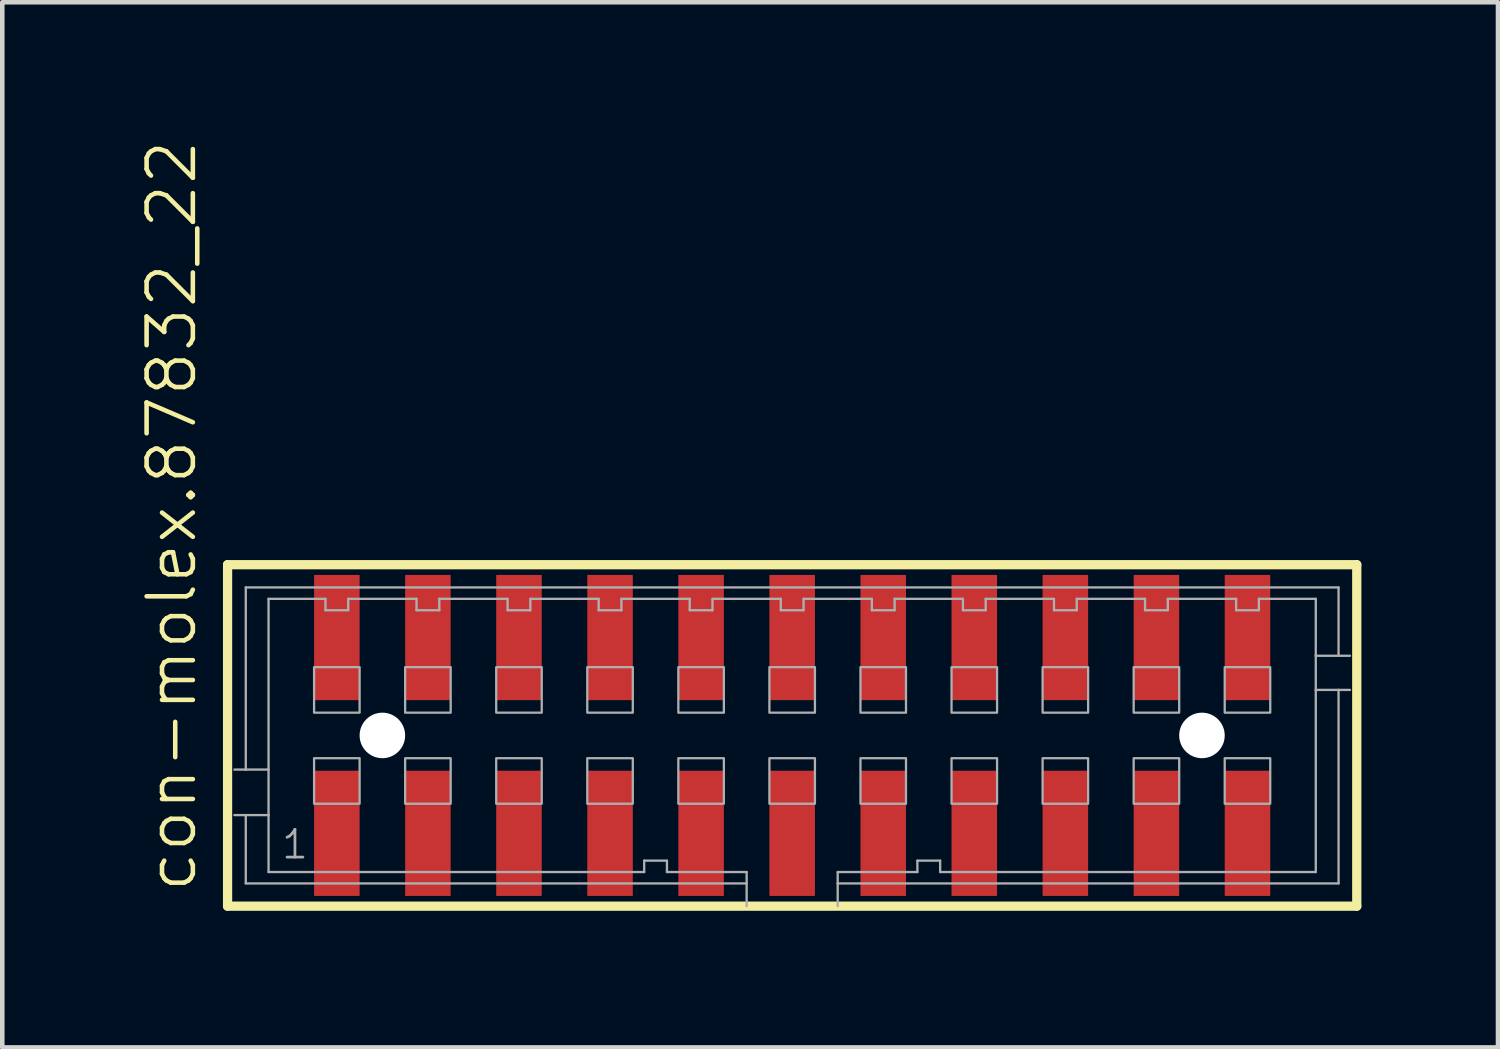
<source format=kicad_pcb>
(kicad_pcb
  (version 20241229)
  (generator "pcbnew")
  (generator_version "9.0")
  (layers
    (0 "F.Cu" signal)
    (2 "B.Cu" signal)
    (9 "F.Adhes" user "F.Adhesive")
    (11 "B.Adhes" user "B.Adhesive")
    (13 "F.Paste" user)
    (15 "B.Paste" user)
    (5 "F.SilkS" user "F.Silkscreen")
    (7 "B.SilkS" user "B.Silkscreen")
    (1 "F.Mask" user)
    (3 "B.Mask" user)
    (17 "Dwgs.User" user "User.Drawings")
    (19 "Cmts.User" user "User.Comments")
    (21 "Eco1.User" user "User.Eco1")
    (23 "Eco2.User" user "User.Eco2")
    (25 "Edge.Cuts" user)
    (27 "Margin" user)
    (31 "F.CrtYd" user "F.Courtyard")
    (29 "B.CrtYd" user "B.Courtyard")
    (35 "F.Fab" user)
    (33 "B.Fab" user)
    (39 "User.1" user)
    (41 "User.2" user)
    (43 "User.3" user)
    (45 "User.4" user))
  (footprint "con-molex.87832_22"
    (layer "F.Cu")
    (at 14.348 13.102)
    (property "Reference" "con-molex.87832_22" (at -13.033 3.493 90) (layer "F.SilkS") (effects (font (size 1.016 1.016) (thickness 0.1)) (justify left bottom)))
    (attr smd)
    (fp_line (start -12.4 -3.75) (end 12.4 -3.75) (stroke (width 0.203) (type default)) (layer "F.SilkS"))
    (fp_line (start -12.4 3.75) (end -12.4 -3.75) (stroke (width 0.203) (type default)) (layer "F.SilkS"))
    (fp_line (start 12.4 -3.75) (end 12.4 3.75) (stroke (width 0.203) (type default)) (layer "F.SilkS"))
    (fp_line (start 12.4 3.75) (end -12.4 3.75) (stroke (width 0.203) (type default)) (layer "F.SilkS"))
    (fp_line (start -12 -3.25) (end 12 -3.25) (stroke (width 0.051) (type default)) (layer "F.Fab"))
    (fp_line (start -12 0.75) (end -12.25 0.75) (stroke (width 0.051) (type default)) (layer "F.Fab"))
    (fp_line (start -12 0.75) (end -12 -3.25) (stroke (width 0.051) (type default)) (layer "F.Fab"))
    (fp_line (start -12 1.75) (end -12.25 1.75) (stroke (width 0.051) (type default)) (layer "F.Fab"))
    (fp_line (start -12 3.25) (end -12 1.75) (stroke (width 0.051) (type default)) (layer "F.Fab"))
    (fp_line (start -11.5 -3) (end -11.5 0.75) (stroke (width 0.051) (type default)) (layer "F.Fab"))
    (fp_line (start -11.5 0.75) (end -12 0.75) (stroke (width 0.051) (type default)) (layer "F.Fab"))
    (fp_line (start -11.5 0.75) (end -11.5 1.75) (stroke (width 0.051) (type default)) (layer "F.Fab"))
    (fp_line (start -11.5 1.75) (end -12 1.75) (stroke (width 0.051) (type default)) (layer "F.Fab"))
    (fp_line (start -11.5 1.75) (end -11.5 3) (stroke (width 0.051) (type default)) (layer "F.Fab"))
    (fp_line (start -11.5 3) (end -3.25 3) (stroke (width 0.051) (type default)) (layer "F.Fab"))
    (fp_line (start -10.25 -3) (end -11.5 -3) (stroke (width 0.051) (type default)) (layer "F.Fab"))
    (fp_line (start -10.25 -2.75) (end -10.25 -3) (stroke (width 0.051) (type default)) (layer "F.Fab"))
    (fp_line (start -9.75 -3) (end -9.75 -2.75) (stroke (width 0.051) (type default)) (layer "F.Fab"))
    (fp_line (start -9.75 -2.75) (end -10.25 -2.75) (stroke (width 0.051) (type default)) (layer "F.Fab"))
    (fp_line (start -8.25 -3) (end -9.75 -3) (stroke (width 0.051) (type default)) (layer "F.Fab"))
    (fp_line (start -8.25 -2.75) (end -8.25 -3) (stroke (width 0.051) (type default)) (layer "F.Fab"))
    (fp_line (start -7.75 -3) (end -7.75 -2.75) (stroke (width 0.051) (type default)) (layer "F.Fab"))
    (fp_line (start -7.75 -2.75) (end -8.25 -2.75) (stroke (width 0.051) (type default)) (layer "F.Fab"))
    (fp_line (start -6.25 -3) (end -7.75 -3) (stroke (width 0.051) (type default)) (layer "F.Fab"))
    (fp_line (start -6.25 -2.75) (end -6.25 -3) (stroke (width 0.051) (type default)) (layer "F.Fab"))
    (fp_line (start -5.75 -3) (end -5.75 -2.75) (stroke (width 0.051) (type default)) (layer "F.Fab"))
    (fp_line (start -5.75 -2.75) (end -6.25 -2.75) (stroke (width 0.051) (type default)) (layer "F.Fab"))
    (fp_line (start -4.25 -3) (end -5.75 -3) (stroke (width 0.051) (type default)) (layer "F.Fab"))
    (fp_line (start -4.25 -2.75) (end -4.25 -3) (stroke (width 0.051) (type default)) (layer "F.Fab"))
    (fp_line (start -3.75 -3) (end -3.75 -2.75) (stroke (width 0.051) (type default)) (layer "F.Fab"))
    (fp_line (start -3.75 -2.75) (end -4.25 -2.75) (stroke (width 0.051) (type default)) (layer "F.Fab"))
    (fp_line (start -3.25 2.75) (end -2.75 2.75) (stroke (width 0.051) (type default)) (layer "F.Fab"))
    (fp_line (start -3.25 3) (end -3.25 2.75) (stroke (width 0.051) (type default)) (layer "F.Fab"))
    (fp_line (start -2.75 2.75) (end -2.75 3) (stroke (width 0.051) (type default)) (layer "F.Fab"))
    (fp_line (start -2.75 3) (end -1 3) (stroke (width 0.051) (type default)) (layer "F.Fab"))
    (fp_line (start -2.25 -3) (end -3.75 -3) (stroke (width 0.051) (type default)) (layer "F.Fab"))
    (fp_line (start -2.25 -2.75) (end -2.25 -3) (stroke (width 0.051) (type default)) (layer "F.Fab"))
    (fp_line (start -1.75 -3) (end -1.75 -2.75) (stroke (width 0.051) (type default)) (layer "F.Fab"))
    (fp_line (start -1.75 -2.75) (end -2.25 -2.75) (stroke (width 0.051) (type default)) (layer "F.Fab"))
    (fp_line (start -1 3) (end -1 3.25) (stroke (width 0.051) (type default)) (layer "F.Fab"))
    (fp_line (start -1 3.25) (end -12 3.25) (stroke (width 0.051) (type default)) (layer "F.Fab"))
    (fp_line (start -1 3.25) (end -1 3.75) (stroke (width 0.051) (type default)) (layer "F.Fab"))
    (fp_line (start -0.25 -3) (end -1.75 -3) (stroke (width 0.051) (type default)) (layer "F.Fab"))
    (fp_line (start -0.25 -2.75) (end -0.25 -3) (stroke (width 0.051) (type default)) (layer "F.Fab"))
    (fp_line (start 0.25 -3) (end 0.25 -2.75) (stroke (width 0.051) (type default)) (layer "F.Fab"))
    (fp_line (start 0.25 -2.75) (end -0.25 -2.75) (stroke (width 0.051) (type default)) (layer "F.Fab"))
    (fp_line (start 1 3) (end 2.75 3) (stroke (width 0.051) (type default)) (layer "F.Fab"))
    (fp_line (start 1 3.25) (end 1 3) (stroke (width 0.051) (type default)) (layer "F.Fab"))
    (fp_line (start 1 3.75) (end 1 3.25) (stroke (width 0.051) (type default)) (layer "F.Fab"))
    (fp_line (start 1.75 -3) (end 0.25 -3) (stroke (width 0.051) (type default)) (layer "F.Fab"))
    (fp_line (start 1.75 -2.75) (end 1.75 -3) (stroke (width 0.051) (type default)) (layer "F.Fab"))
    (fp_line (start 2.25 -3) (end 2.25 -2.75) (stroke (width 0.051) (type default)) (layer "F.Fab"))
    (fp_line (start 2.25 -2.75) (end 1.75 -2.75) (stroke (width 0.051) (type default)) (layer "F.Fab"))
    (fp_line (start 2.75 2.75) (end 3.25 2.75) (stroke (width 0.051) (type default)) (layer "F.Fab"))
    (fp_line (start 2.75 3) (end 2.75 2.75) (stroke (width 0.051) (type default)) (layer "F.Fab"))
    (fp_line (start 3.25 2.75) (end 3.25 3) (stroke (width 0.051) (type default)) (layer "F.Fab"))
    (fp_line (start 3.25 3) (end 11.5 3) (stroke (width 0.051) (type default)) (layer "F.Fab"))
    (fp_line (start 3.75 -3) (end 2.25 -3) (stroke (width 0.051) (type default)) (layer "F.Fab"))
    (fp_line (start 3.75 -2.75) (end 3.75 -3) (stroke (width 0.051) (type default)) (layer "F.Fab"))
    (fp_line (start 4.25 -3) (end 4.25 -2.75) (stroke (width 0.051) (type default)) (layer "F.Fab"))
    (fp_line (start 4.25 -2.75) (end 3.75 -2.75) (stroke (width 0.051) (type default)) (layer "F.Fab"))
    (fp_line (start 5.75 -3) (end 4.25 -3) (stroke (width 0.051) (type default)) (layer "F.Fab"))
    (fp_line (start 5.75 -2.75) (end 5.75 -3) (stroke (width 0.051) (type default)) (layer "F.Fab"))
    (fp_line (start 6.25 -3) (end 6.25 -2.75) (stroke (width 0.051) (type default)) (layer "F.Fab"))
    (fp_line (start 6.25 -2.75) (end 5.75 -2.75) (stroke (width 0.051) (type default)) (layer "F.Fab"))
    (fp_line (start 7.75 -3) (end 6.25 -3) (stroke (width 0.051) (type default)) (layer "F.Fab"))
    (fp_line (start 7.75 -2.75) (end 7.75 -3) (stroke (width 0.051) (type default)) (layer "F.Fab"))
    (fp_line (start 8.25 -3) (end 8.25 -2.75) (stroke (width 0.051) (type default)) (layer "F.Fab"))
    (fp_line (start 8.25 -2.75) (end 7.75 -2.75) (stroke (width 0.051) (type default)) (layer "F.Fab"))
    (fp_line (start 9.75 -3) (end 8.25 -3) (stroke (width 0.051) (type default)) (layer "F.Fab"))
    (fp_line (start 9.75 -2.75) (end 9.75 -3) (stroke (width 0.051) (type default)) (layer "F.Fab"))
    (fp_line (start 10.25 -3) (end 10.25 -2.75) (stroke (width 0.051) (type default)) (layer "F.Fab"))
    (fp_line (start 10.25 -2.75) (end 9.75 -2.75) (stroke (width 0.051) (type default)) (layer "F.Fab"))
    (fp_line (start 11.5 -3) (end 10.25 -3) (stroke (width 0.051) (type default)) (layer "F.Fab"))
    (fp_line (start 11.5 -1.75) (end 11.5 -3) (stroke (width 0.051) (type default)) (layer "F.Fab"))
    (fp_line (start 11.5 -1.75) (end 12 -1.75) (stroke (width 0.051) (type default)) (layer "F.Fab"))
    (fp_line (start 11.5 -1) (end 11.5 -1.75) (stroke (width 0.051) (type default)) (layer "F.Fab"))
    (fp_line (start 11.5 -1) (end 12 -1) (stroke (width 0.051) (type default)) (layer "F.Fab"))
    (fp_line (start 11.5 3) (end 11.5 -1) (stroke (width 0.051) (type default)) (layer "F.Fab"))
    (fp_line (start 12 -3.25) (end 12 -1.75) (stroke (width 0.051) (type default)) (layer "F.Fab"))
    (fp_line (start 12 -1.75) (end 12.25 -1.75) (stroke (width 0.051) (type default)) (layer "F.Fab"))
    (fp_line (start 12 -1) (end 12 3.25) (stroke (width 0.051) (type default)) (layer "F.Fab"))
    (fp_line (start 12 -1) (end 12.25 -1) (stroke (width 0.051) (type default)) (layer "F.Fab"))
    (fp_line (start 12 3.25) (end 1 3.25) (stroke (width 0.051) (type default)) (layer "F.Fab"))
    (fp_rect (start -10.5 -0.5) (end -9.5 -1.5) (stroke (width 0.05) (type default)) (fill no) (layer "F.Fab"))
    (fp_rect (start -10.5 1.5) (end -9.5 0.5) (stroke (width 0.05) (type default)) (fill no) (layer "F.Fab"))
    (fp_rect (start -8.5 -0.5) (end -7.5 -1.5) (stroke (width 0.05) (type default)) (fill no) (layer "F.Fab"))
    (fp_rect (start -8.5 1.5) (end -7.5 0.5) (stroke (width 0.05) (type default)) (fill no) (layer "F.Fab"))
    (fp_rect (start -6.5 -0.5) (end -5.5 -1.5) (stroke (width 0.05) (type default)) (fill no) (layer "F.Fab"))
    (fp_rect (start -6.5 1.5) (end -5.5 0.5) (stroke (width 0.05) (type default)) (fill no) (layer "F.Fab"))
    (fp_rect (start -4.5 -0.5) (end -3.5 -1.5) (stroke (width 0.05) (type default)) (fill no) (layer "F.Fab"))
    (fp_rect (start -4.5 1.5) (end -3.5 0.5) (stroke (width 0.05) (type default)) (fill no) (layer "F.Fab"))
    (fp_rect (start -2.5 -0.5) (end -1.5 -1.5) (stroke (width 0.05) (type default)) (fill no) (layer "F.Fab"))
    (fp_rect (start -2.5 1.5) (end -1.5 0.5) (stroke (width 0.05) (type default)) (fill no) (layer "F.Fab"))
    (fp_rect (start -0.5 -0.5) (end 0.5 -1.5) (stroke (width 0.05) (type default)) (fill no) (layer "F.Fab"))
    (fp_rect (start -0.5 1.5) (end 0.5 0.5) (stroke (width 0.05) (type default)) (fill no) (layer "F.Fab"))
    (fp_rect (start 1.5 -0.5) (end 2.5 -1.5) (stroke (width 0.05) (type default)) (fill no) (layer "F.Fab"))
    (fp_rect (start 1.5 1.5) (end 2.5 0.5) (stroke (width 0.05) (type default)) (fill no) (layer "F.Fab"))
    (fp_rect (start 3.5 -0.5) (end 4.5 -1.5) (stroke (width 0.05) (type default)) (fill no) (layer "F.Fab"))
    (fp_rect (start 3.5 1.5) (end 4.5 0.5) (stroke (width 0.05) (type default)) (fill no) (layer "F.Fab"))
    (fp_rect (start 5.5 -0.5) (end 6.5 -1.5) (stroke (width 0.05) (type default)) (fill no) (layer "F.Fab"))
    (fp_rect (start 5.5 1.5) (end 6.5 0.5) (stroke (width 0.05) (type default)) (fill no) (layer "F.Fab"))
    (fp_rect (start 7.5 -0.5) (end 8.5 -1.5) (stroke (width 0.05) (type default)) (fill no) (layer "F.Fab"))
    (fp_rect (start 7.5 1.5) (end 8.5 0.5) (stroke (width 0.05) (type default)) (fill no) (layer "F.Fab"))
    (fp_rect (start 9.5 -0.5) (end 10.5 -1.5) (stroke (width 0.05) (type default)) (fill no) (layer "F.Fab"))
    (fp_rect (start 9.5 1.5) (end 10.5 0.5) (stroke (width 0.05) (type default)) (fill no) (layer "F.Fab"))
    (fp_text user "1" (at -11.25 2.75 0) (layer "F.Fab") (effects (font (size 0.61 0.61) (thickness 0.06)) (justify left bottom)))
    (pad "" np_thru_hole circle (at -9 0) (size 1 1) (drill 1) (layers "*.Cu" "*.Mask"))
    (pad "" np_thru_hole circle (at 9 0) (size 1 1) (drill 1) (layers "*.Cu" "*.Mask"))
    (pad "1" smd roundrect (at -10 2.15) (size 1 2.75) (layers "F.Cu" "F.Mask" "F.Paste") (roundrect_rratio 0.01))
    (pad "2" smd roundrect (at -10 -2.15) (size 1 2.75) (layers "F.Cu" "F.Mask" "F.Paste") (roundrect_rratio 0.01))
    (pad "3" smd roundrect (at -8 2.15) (size 1 2.75) (layers "F.Cu" "F.Mask" "F.Paste") (roundrect_rratio 0.01))
    (pad "4" smd roundrect (at -8 -2.15) (size 1 2.75) (layers "F.Cu" "F.Mask" "F.Paste") (roundrect_rratio 0.01))
    (pad "5" smd roundrect (at -6 2.15) (size 1 2.75) (layers "F.Cu" "F.Mask" "F.Paste") (roundrect_rratio 0.01))
    (pad "6" smd roundrect (at -6 -2.15) (size 1 2.75) (layers "F.Cu" "F.Mask" "F.Paste") (roundrect_rratio 0.01))
    (pad "7" smd roundrect (at -4 2.15) (size 1 2.75) (layers "F.Cu" "F.Mask" "F.Paste") (roundrect_rratio 0.01))
    (pad "8" smd roundrect (at -4 -2.15) (size 1 2.75) (layers "F.Cu" "F.Mask" "F.Paste") (roundrect_rratio 0.01))
    (pad "9" smd roundrect (at -2 2.15 180) (size 1 2.75) (layers "F.Cu" "F.Mask" "F.Paste") (roundrect_rratio 0.01))
    (pad "10" smd roundrect (at -2 -2.15 180) (size 1 2.75) (layers "F.Cu" "F.Mask" "F.Paste") (roundrect_rratio 0.01))
    (pad "11" smd roundrect (at 0 2.15) (size 1 2.75) (layers "F.Cu" "F.Mask" "F.Paste") (roundrect_rratio 0.01))
    (pad "12" smd roundrect (at 0 -2.15) (size 1 2.75) (layers "F.Cu" "F.Mask" "F.Paste") (roundrect_rratio 0.01))
    (pad "13" smd roundrect (at 2 2.15) (size 1 2.75) (layers "F.Cu" "F.Mask" "F.Paste") (roundrect_rratio 0.01))
    (pad "14" smd roundrect (at 2 -2.15) (size 1 2.75) (layers "F.Cu" "F.Mask" "F.Paste") (roundrect_rratio 0.01))
    (pad "15" smd roundrect (at 4 2.15 180) (size 1 2.75) (layers "F.Cu" "F.Mask" "F.Paste") (roundrect_rratio 0.01))
    (pad "16" smd roundrect (at 4 -2.15) (size 1 2.75) (layers "F.Cu" "F.Mask" "F.Paste") (roundrect_rratio 0.01))
    (pad "17" smd roundrect (at 6 2.15 180) (size 1 2.75) (layers "F.Cu" "F.Mask" "F.Paste") (roundrect_rratio 0.01))
    (pad "18" smd roundrect (at 6 -2.15) (size 1 2.75) (layers "F.Cu" "F.Mask" "F.Paste") (roundrect_rratio 0.01))
    (pad "19" smd roundrect (at 8 2.15 180) (size 1 2.75) (layers "F.Cu" "F.Mask" "F.Paste") (roundrect_rratio 0.01))
    (pad "20" smd roundrect (at 8 -2.15) (size 1 2.75) (layers "F.Cu" "F.Mask" "F.Paste") (roundrect_rratio 0.01))
    (pad "21" smd roundrect (at 10 2.15 180) (size 1 2.75) (layers "F.Cu" "F.Mask" "F.Paste") (roundrect_rratio 0.01))
    (pad "22" smd roundrect (at 10 -2.15) (size 1 2.75) (layers "F.Cu" "F.Mask" "F.Paste") (roundrect_rratio 0.01)))
  (gr_rect
    (start -3 -3)
    (end 29.85 19.954)
    (stroke (width 0.1) (type default))
    (fill no)
    (layer "Edge.Cuts")))
</source>
